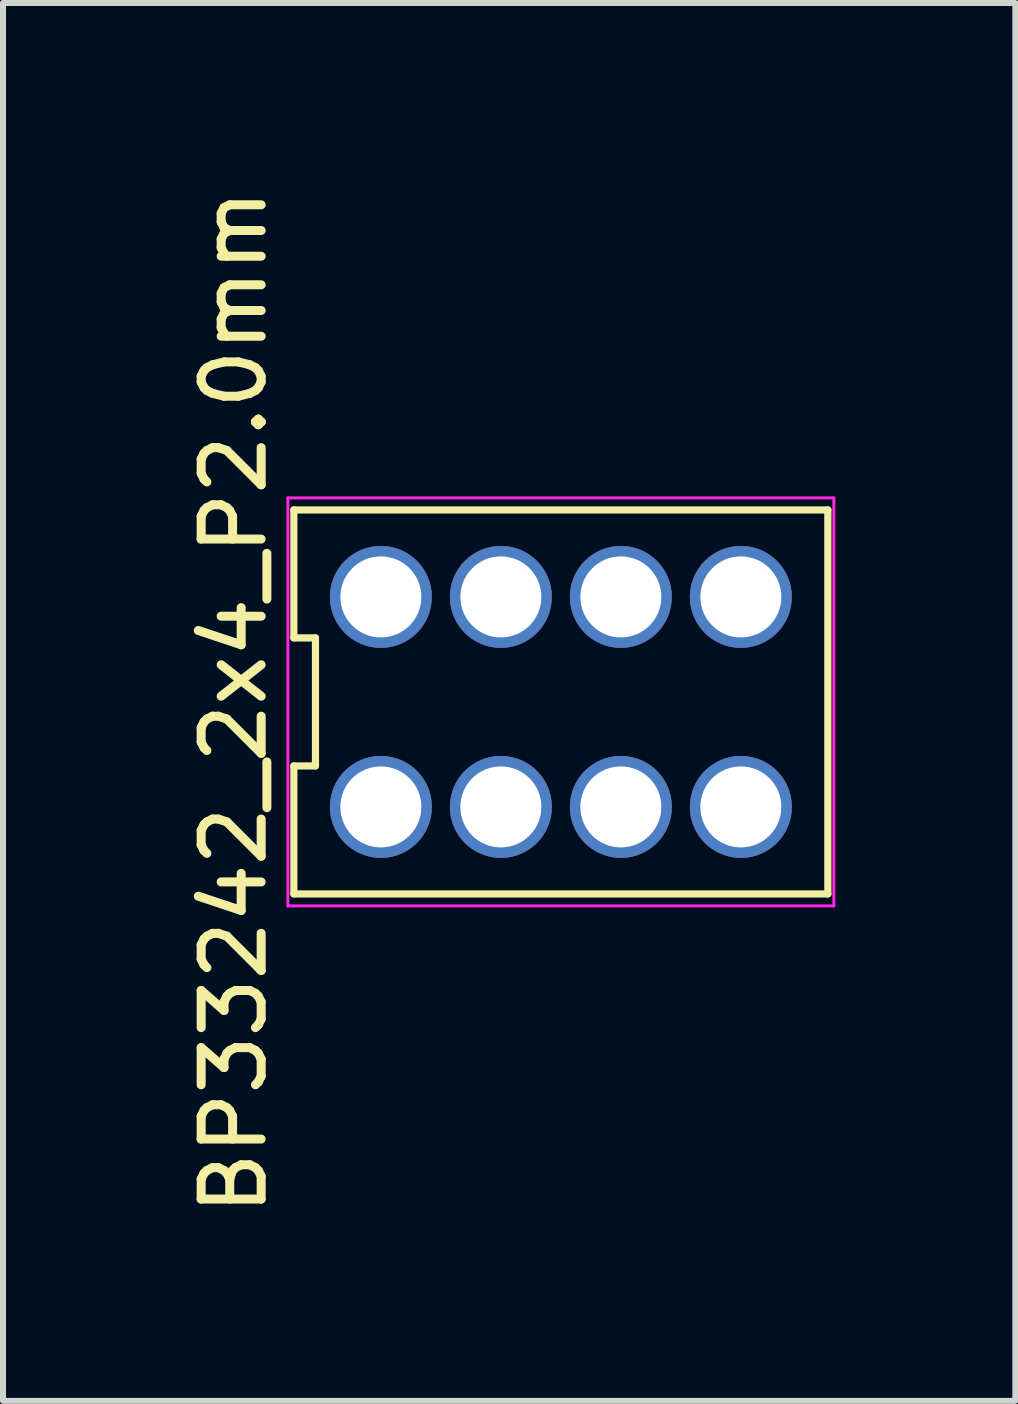
<source format=kicad_pcb>
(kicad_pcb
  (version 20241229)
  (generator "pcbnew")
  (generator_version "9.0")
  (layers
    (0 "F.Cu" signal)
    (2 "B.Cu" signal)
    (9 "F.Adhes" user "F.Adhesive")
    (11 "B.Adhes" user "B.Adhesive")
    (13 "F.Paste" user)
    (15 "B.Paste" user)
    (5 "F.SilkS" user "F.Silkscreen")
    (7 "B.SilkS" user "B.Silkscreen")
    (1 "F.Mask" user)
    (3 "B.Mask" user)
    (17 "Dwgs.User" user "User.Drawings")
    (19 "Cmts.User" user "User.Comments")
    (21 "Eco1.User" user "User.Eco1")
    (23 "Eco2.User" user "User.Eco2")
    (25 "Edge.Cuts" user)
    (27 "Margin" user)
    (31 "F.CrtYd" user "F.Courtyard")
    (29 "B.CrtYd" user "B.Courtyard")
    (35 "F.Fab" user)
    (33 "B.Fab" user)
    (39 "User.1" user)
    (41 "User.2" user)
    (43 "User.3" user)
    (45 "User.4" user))
  (footprint "BP33242_2x4_P2.0mm"
    (layer "F.Cu")
    (at 6.298 8.649)
    (property "Reference" "BP33242_2x4_P2.0mm" (at -5.45 0 90) (layer "F.SilkS") (effects (font (size 1 1) (thickness 0.15))))
    (fp_line (start -4.45 -3.2) (end -4.45 -1.067) (stroke (width 0.12) (type default)) (layer "F.SilkS"))
    (fp_line (start -4.45 -1.067) (end -4.09 -1.067) (stroke (width 0.12) (type default)) (layer "F.SilkS"))
    (fp_line (start -4.45 1.067) (end -4.45 3.2) (stroke (width 0.12) (type default)) (layer "F.SilkS"))
    (fp_line (start -4.45 3.2) (end 4.45 3.2) (stroke (width 0.12) (type default)) (layer "F.SilkS"))
    (fp_line (start -4.09 -1.067) (end -4.09 1.067) (stroke (width 0.12) (type default)) (layer "F.SilkS"))
    (fp_line (start -4.09 1.067) (end -4.45 1.067) (stroke (width 0.12) (type default)) (layer "F.SilkS"))
    (fp_line (start 4.45 -3.2) (end -4.45 -3.2) (stroke (width 0.12) (type default)) (layer "F.SilkS"))
    (fp_line (start 4.45 3.2) (end 4.45 -3.2) (stroke (width 0.12) (type default)) (layer "F.SilkS"))
    (fp_line (start -4.55 -3.4) (end 4.55 -3.4) (stroke (width 0.05) (type default)) (layer "F.CrtYd"))
    (fp_line (start -4.55 3.4) (end -4.55 -3.4) (stroke (width 0.05) (type default)) (layer "F.CrtYd"))
    (fp_line (start 4.55 -3.4) (end 4.55 3.4) (stroke (width 0.05) (type default)) (layer "F.CrtYd"))
    (fp_line (start 4.55 3.4) (end -4.55 3.4) (stroke (width 0.05) (type default)) (layer "F.CrtYd"))
    (pad "1" thru_hole circle (at -3 1.75) (size 1.7 1.7) (drill 1.35) (layers "*.Cu" "*.Mask"))
    (pad "2" thru_hole circle (at -3 -1.75) (size 1.7 1.7) (drill 1.35) (layers "*.Cu" "*.Mask"))
    (pad "3" thru_hole circle (at -1 1.75) (size 1.7 1.7) (drill 1.35) (layers "*.Cu" "*.Mask"))
    (pad "4" thru_hole circle (at -1 -1.75) (size 1.7 1.7) (drill 1.35) (layers "*.Cu" "*.Mask"))
    (pad "5" thru_hole circle (at 1 1.75) (size 1.7 1.7) (drill 1.35) (layers "*.Cu" "*.Mask"))
    (pad "6" thru_hole circle (at 1 -1.75) (size 1.7 1.7) (drill 1.35) (layers "*.Cu" "*.Mask"))
    (pad "7" thru_hole circle (at 3 1.75) (size 1.7 1.7) (drill 1.35) (layers "*.Cu" "*.Mask"))
    (pad "8" thru_hole circle (at 3 -1.75) (size 1.7 1.7) (drill 1.35) (layers "*.Cu" "*.Mask")))
  (gr_rect
    (start -3 -3)
    (end 13.873 20.298)
    (stroke (width 0.1) (type default))
    (fill no)
    (layer "Edge.Cuts")))
</source>
